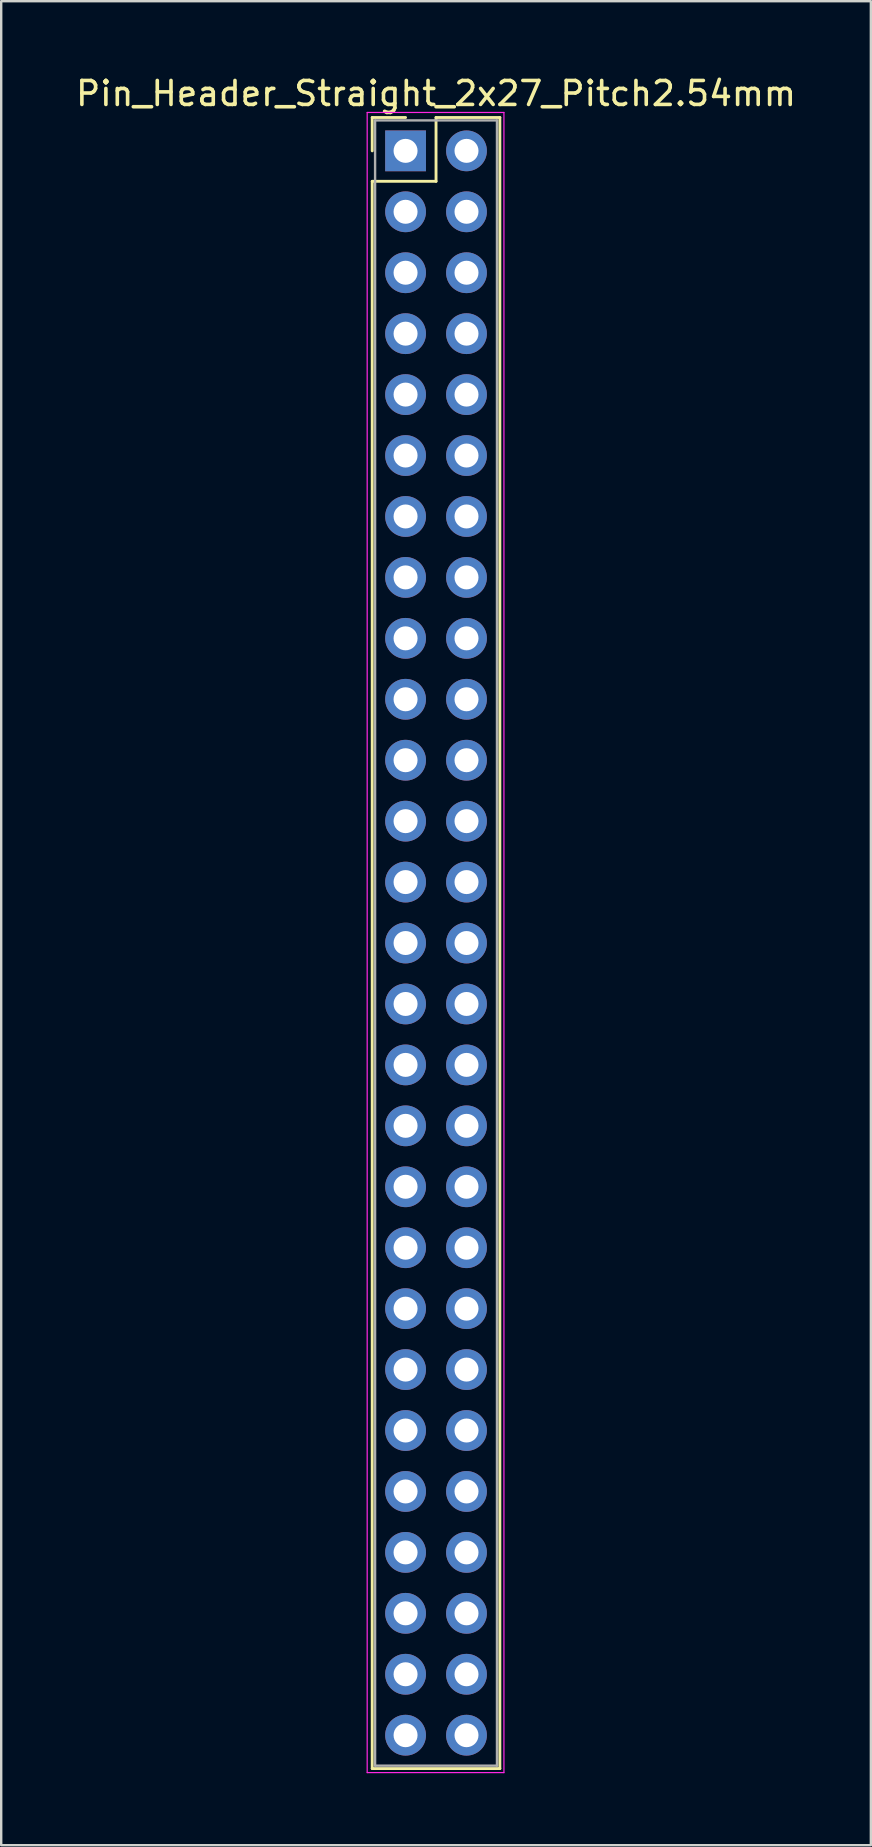
<source format=kicad_pcb>
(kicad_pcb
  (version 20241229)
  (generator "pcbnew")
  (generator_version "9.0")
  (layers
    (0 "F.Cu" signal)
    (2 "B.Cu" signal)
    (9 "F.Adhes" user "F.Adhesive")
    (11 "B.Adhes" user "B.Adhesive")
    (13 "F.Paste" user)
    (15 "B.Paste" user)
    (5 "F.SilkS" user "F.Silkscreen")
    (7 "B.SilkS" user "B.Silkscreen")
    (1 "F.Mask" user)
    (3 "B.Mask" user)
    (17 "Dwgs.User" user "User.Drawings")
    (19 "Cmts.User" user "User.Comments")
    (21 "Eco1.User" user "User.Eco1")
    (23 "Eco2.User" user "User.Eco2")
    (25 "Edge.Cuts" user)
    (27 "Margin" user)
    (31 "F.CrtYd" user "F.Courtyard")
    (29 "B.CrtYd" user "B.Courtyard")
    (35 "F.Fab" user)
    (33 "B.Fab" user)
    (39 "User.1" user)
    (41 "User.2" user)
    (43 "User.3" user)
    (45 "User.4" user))
  (footprint "Pin_Header_Straight_2x27_Pitch2.54mm"
    (layer "F.Cu")
    (at 13.855 3.238)
    (property "Reference" "Pin_Header_Straight_2x27_Pitch2.54mm" (at 1.27 -2.39 0) (layer "F.SilkS") (effects (font (size 1 1) (thickness 0.15))))
    (attr through_hole)
    (fp_line (start -1.39 -1.39) (end 0 -1.39) (stroke (width 0.12) (type solid)) (layer "F.SilkS"))
    (fp_line (start -1.39 0) (end -1.39 -1.39) (stroke (width 0.12) (type solid)) (layer "F.SilkS"))
    (fp_line (start -1.39 1.27) (end -1.39 67.43) (stroke (width 0.12) (type solid)) (layer "F.SilkS"))
    (fp_line (start -1.39 67.43) (end 3.93 67.43) (stroke (width 0.12) (type solid)) (layer "F.SilkS"))
    (fp_line (start 1.27 -1.39) (end 1.27 1.27) (stroke (width 0.12) (type solid)) (layer "F.SilkS"))
    (fp_line (start 1.27 1.27) (end -1.39 1.27) (stroke (width 0.12) (type solid)) (layer "F.SilkS"))
    (fp_line (start 3.93 -1.39) (end 1.27 -1.39) (stroke (width 0.12) (type solid)) (layer "F.SilkS"))
    (fp_line (start 3.93 67.43) (end 3.93 -1.39) (stroke (width 0.12) (type solid)) (layer "F.SilkS"))
    (fp_line (start -1.6 -1.6) (end -1.6 67.6) (stroke (width 0.05) (type solid)) (layer "F.CrtYd"))
    (fp_line (start -1.6 67.6) (end 4.1 67.6) (stroke (width 0.05) (type solid)) (layer "F.CrtYd"))
    (fp_line (start 4.1 -1.6) (end -1.6 -1.6) (stroke (width 0.05) (type solid)) (layer "F.CrtYd"))
    (fp_line (start 4.1 67.6) (end 4.1 -1.6) (stroke (width 0.05) (type solid)) (layer "F.CrtYd"))
    (fp_line (start -1.27 -1.27) (end -1.27 67.31) (stroke (width 0.1) (type solid)) (layer "F.Fab"))
    (fp_line (start -1.27 67.31) (end 3.81 67.31) (stroke (width 0.1) (type solid)) (layer "F.Fab"))
    (fp_line (start 3.81 -1.27) (end -1.27 -1.27) (stroke (width 0.1) (type solid)) (layer "F.Fab"))
    (fp_line (start 3.81 67.31) (end 3.81 -1.27) (stroke (width 0.1) (type solid)) (layer "F.Fab"))
    (pad "1" thru_hole rect (at 0 0) (size 1.7 1.7) (drill 1) (layers "*.Cu" "*.Mask"))
    (pad "2" thru_hole oval (at 2.54 0) (size 1.7 1.7) (drill 1) (layers "*.Cu" "*.Mask"))
    (pad "3" thru_hole oval (at 0 2.54) (size 1.7 1.7) (drill 1) (layers "*.Cu" "*.Mask"))
    (pad "4" thru_hole oval (at 2.54 2.54) (size 1.7 1.7) (drill 1) (layers "*.Cu" "*.Mask"))
    (pad "5" thru_hole oval (at 0 5.08) (size 1.7 1.7) (drill 1) (layers "*.Cu" "*.Mask"))
    (pad "6" thru_hole oval (at 2.54 5.08) (size 1.7 1.7) (drill 1) (layers "*.Cu" "*.Mask"))
    (pad "7" thru_hole oval (at 0 7.62) (size 1.7 1.7) (drill 1) (layers "*.Cu" "*.Mask"))
    (pad "8" thru_hole oval (at 2.54 7.62) (size 1.7 1.7) (drill 1) (layers "*.Cu" "*.Mask"))
    (pad "9" thru_hole oval (at 0 10.16) (size 1.7 1.7) (drill 1) (layers "*.Cu" "*.Mask"))
    (pad "10" thru_hole oval (at 2.54 10.16) (size 1.7 1.7) (drill 1) (layers "*.Cu" "*.Mask"))
    (pad "11" thru_hole oval (at 0 12.7) (size 1.7 1.7) (drill 1) (layers "*.Cu" "*.Mask"))
    (pad "12" thru_hole oval (at 2.54 12.7) (size 1.7 1.7) (drill 1) (layers "*.Cu" "*.Mask"))
    (pad "13" thru_hole oval (at 0 15.24) (size 1.7 1.7) (drill 1) (layers "*.Cu" "*.Mask"))
    (pad "14" thru_hole oval (at 2.54 15.24) (size 1.7 1.7) (drill 1) (layers "*.Cu" "*.Mask"))
    (pad "15" thru_hole oval (at 0 17.78) (size 1.7 1.7) (drill 1) (layers "*.Cu" "*.Mask"))
    (pad "16" thru_hole oval (at 2.54 17.78) (size 1.7 1.7) (drill 1) (layers "*.Cu" "*.Mask"))
    (pad "17" thru_hole oval (at 0 20.32) (size 1.7 1.7) (drill 1) (layers "*.Cu" "*.Mask"))
    (pad "18" thru_hole oval (at 2.54 20.32) (size 1.7 1.7) (drill 1) (layers "*.Cu" "*.Mask"))
    (pad "19" thru_hole oval (at 0 22.86) (size 1.7 1.7) (drill 1) (layers "*.Cu" "*.Mask"))
    (pad "20" thru_hole oval (at 2.54 22.86) (size 1.7 1.7) (drill 1) (layers "*.Cu" "*.Mask"))
    (pad "21" thru_hole oval (at 0 25.4) (size 1.7 1.7) (drill 1) (layers "*.Cu" "*.Mask"))
    (pad "22" thru_hole oval (at 2.54 25.4) (size 1.7 1.7) (drill 1) (layers "*.Cu" "*.Mask"))
    (pad "23" thru_hole oval (at 0 27.94) (size 1.7 1.7) (drill 1) (layers "*.Cu" "*.Mask"))
    (pad "24" thru_hole oval (at 2.54 27.94) (size 1.7 1.7) (drill 1) (layers "*.Cu" "*.Mask"))
    (pad "25" thru_hole oval (at 0 30.48) (size 1.7 1.7) (drill 1) (layers "*.Cu" "*.Mask"))
    (pad "26" thru_hole oval (at 2.54 30.48) (size 1.7 1.7) (drill 1) (layers "*.Cu" "*.Mask"))
    (pad "27" thru_hole oval (at 0 33.02) (size 1.7 1.7) (drill 1) (layers "*.Cu" "*.Mask"))
    (pad "28" thru_hole oval (at 2.54 33.02) (size 1.7 1.7) (drill 1) (layers "*.Cu" "*.Mask"))
    (pad "29" thru_hole oval (at 0 35.56) (size 1.7 1.7) (drill 1) (layers "*.Cu" "*.Mask"))
    (pad "30" thru_hole oval (at 2.54 35.56) (size 1.7 1.7) (drill 1) (layers "*.Cu" "*.Mask"))
    (pad "31" thru_hole oval (at 0 38.1) (size 1.7 1.7) (drill 1) (layers "*.Cu" "*.Mask"))
    (pad "32" thru_hole oval (at 2.54 38.1) (size 1.7 1.7) (drill 1) (layers "*.Cu" "*.Mask"))
    (pad "33" thru_hole oval (at 0 40.64) (size 1.7 1.7) (drill 1) (layers "*.Cu" "*.Mask"))
    (pad "34" thru_hole oval (at 2.54 40.64) (size 1.7 1.7) (drill 1) (layers "*.Cu" "*.Mask"))
    (pad "35" thru_hole oval (at 0 43.18) (size 1.7 1.7) (drill 1) (layers "*.Cu" "*.Mask"))
    (pad "36" thru_hole oval (at 2.54 43.18) (size 1.7 1.7) (drill 1) (layers "*.Cu" "*.Mask"))
    (pad "37" thru_hole oval (at 0 45.72) (size 1.7 1.7) (drill 1) (layers "*.Cu" "*.Mask"))
    (pad "38" thru_hole oval (at 2.54 45.72) (size 1.7 1.7) (drill 1) (layers "*.Cu" "*.Mask"))
    (pad "39" thru_hole oval (at 0 48.26) (size 1.7 1.7) (drill 1) (layers "*.Cu" "*.Mask"))
    (pad "40" thru_hole oval (at 2.54 48.26) (size 1.7 1.7) (drill 1) (layers "*.Cu" "*.Mask"))
    (pad "41" thru_hole oval (at 0 50.8) (size 1.7 1.7) (drill 1) (layers "*.Cu" "*.Mask"))
    (pad "42" thru_hole oval (at 2.54 50.8) (size 1.7 1.7) (drill 1) (layers "*.Cu" "*.Mask"))
    (pad "43" thru_hole oval (at 0 53.34) (size 1.7 1.7) (drill 1) (layers "*.Cu" "*.Mask"))
    (pad "44" thru_hole oval (at 2.54 53.34) (size 1.7 1.7) (drill 1) (layers "*.Cu" "*.Mask"))
    (pad "45" thru_hole oval (at 0 55.88) (size 1.7 1.7) (drill 1) (layers "*.Cu" "*.Mask"))
    (pad "46" thru_hole oval (at 2.54 55.88) (size 1.7 1.7) (drill 1) (layers "*.Cu" "*.Mask"))
    (pad "47" thru_hole oval (at 0 58.42) (size 1.7 1.7) (drill 1) (layers "*.Cu" "*.Mask"))
    (pad "48" thru_hole oval (at 2.54 58.42) (size 1.7 1.7) (drill 1) (layers "*.Cu" "*.Mask"))
    (pad "49" thru_hole oval (at 0 60.96) (size 1.7 1.7) (drill 1) (layers "*.Cu" "*.Mask"))
    (pad "50" thru_hole oval (at 2.54 60.96) (size 1.7 1.7) (drill 1) (layers "*.Cu" "*.Mask"))
    (pad "51" thru_hole oval (at 0 63.5) (size 1.7 1.7) (drill 1) (layers "*.Cu" "*.Mask"))
    (pad "52" thru_hole oval (at 2.54 63.5) (size 1.7 1.7) (drill 1) (layers "*.Cu" "*.Mask"))
    (pad "53" thru_hole oval (at 0 66.04) (size 1.7 1.7) (drill 1) (layers "*.Cu" "*.Mask"))
    (pad "54" thru_hole oval (at 2.54 66.04) (size 1.7 1.7) (drill 1) (layers "*.Cu" "*.Mask")))
  (gr_rect
    (start -3 -3)
    (end 33.25 73.863)
    (stroke (width 0.1) (type default))
    (fill no)
    (layer "Edge.Cuts")))
</source>
